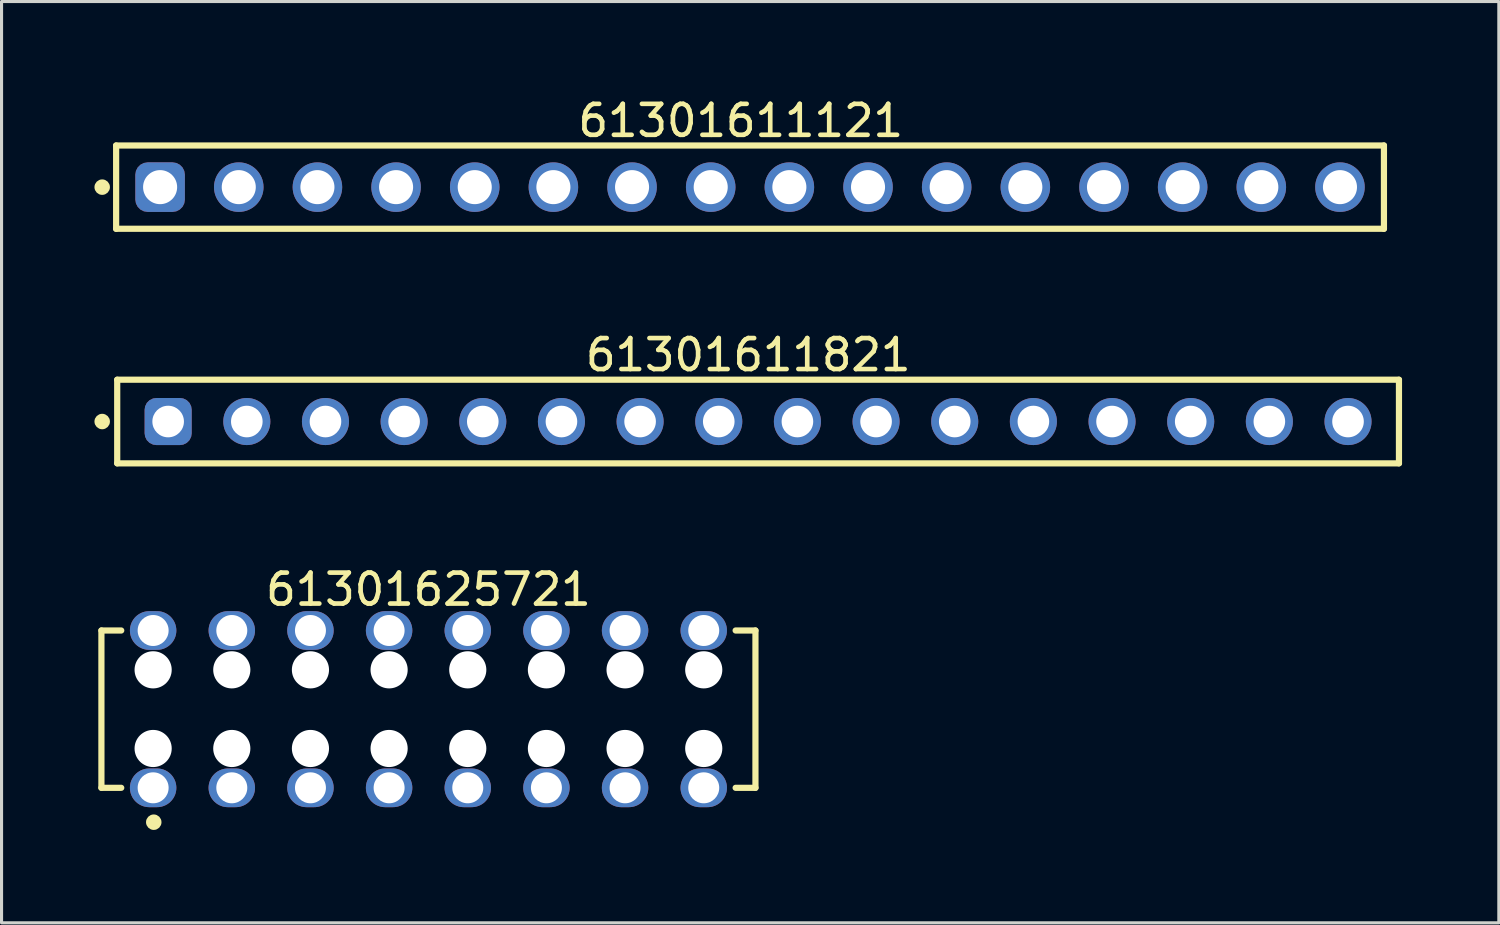
<source format=kicad_pcb>
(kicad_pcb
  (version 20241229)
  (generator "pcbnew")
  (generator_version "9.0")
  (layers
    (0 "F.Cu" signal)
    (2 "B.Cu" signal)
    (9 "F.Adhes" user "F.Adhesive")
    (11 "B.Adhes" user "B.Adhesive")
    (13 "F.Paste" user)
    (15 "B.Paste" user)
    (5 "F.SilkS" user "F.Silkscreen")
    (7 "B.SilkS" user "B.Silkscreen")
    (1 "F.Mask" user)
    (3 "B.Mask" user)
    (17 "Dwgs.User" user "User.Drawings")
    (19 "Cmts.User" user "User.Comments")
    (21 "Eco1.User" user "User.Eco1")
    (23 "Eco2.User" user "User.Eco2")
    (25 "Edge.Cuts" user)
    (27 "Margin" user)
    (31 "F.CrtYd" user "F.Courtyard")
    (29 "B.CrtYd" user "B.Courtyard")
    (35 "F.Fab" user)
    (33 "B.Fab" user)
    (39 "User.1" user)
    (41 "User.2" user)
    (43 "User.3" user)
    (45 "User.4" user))
  (footprint "61301611821"
    (layer "F.Cu")
    (at 21.43 10.562)
    (property "Reference" "61301611821" (at -0.318 -2.15 0) (layer "F.SilkS") (effects (font (size 1 1) (thickness 0.15))))
    (fp_line (start -20.695 -1.35) (end 20.695 -1.35) (stroke (width 0.2) (type solid)) (layer "F.SilkS"))
    (fp_line (start -20.695 1.35) (end -20.695 -1.35) (stroke (width 0.2) (type solid)) (layer "F.SilkS"))
    (fp_line (start -20.695 1.35) (end 20.695 1.35) (stroke (width 0.2) (type solid)) (layer "F.SilkS"))
    (fp_line (start 20.695 1.35) (end 20.695 -1.35) (stroke (width 0.2) (type solid)) (layer "F.SilkS"))
    (fp_circle (center -21.18 0) (end -21.18 -0.125) (stroke (width 0.25) (type solid)) (fill no) (layer "F.SilkS"))
    (fp_line (start -20.895 -1.55) (end 20.895 -1.55) (stroke (width 0.05) (type solid)) (layer "Eco2.User"))
    (fp_line (start -20.895 1.55) (end -20.895 -1.55) (stroke (width 0.05) (type solid)) (layer "Eco2.User"))
    (fp_line (start -20.895 1.55) (end 20.895 1.55) (stroke (width 0.05) (type solid)) (layer "Eco2.User"))
    (fp_line (start -20.57 -1.25) (end 20.57 -1.25) (stroke (width 0.1) (type solid)) (layer "Eco2.User"))
    (fp_line (start -20.57 1.25) (end -20.57 -1.25) (stroke (width 0.1) (type solid)) (layer "Eco2.User"))
    (fp_line (start -20.57 1.25) (end 20.57 1.25) (stroke (width 0.1) (type solid)) (layer "Eco2.User"))
    (fp_line (start -0.5 0) (end 0.5 0) (stroke (width 0.05) (type solid)) (layer "Eco2.User"))
    (fp_line (start 0 0.5) (end 0 -0.5) (stroke (width 0.05) (type solid)) (layer "Eco2.User"))
    (fp_line (start 20.57 1.25) (end 20.57 -1.25) (stroke (width 0.1) (type solid)) (layer "Eco2.User"))
    (fp_line (start 20.895 1.55) (end 20.895 -1.55) (stroke (width 0.05) (type solid)) (layer "Eco2.User"))
    (fp_text user "${REFERENCE}" (at 0.15 -0.197 0) (unlocked yes) (layer "User.3") (effects (font (size 1.5 1.5) (thickness 0.15))))
    (pad "1" thru_hole roundrect (at -19.05 0) (size 1.52 1.52) (drill 1.02) (layers "*.Cu" "*.Mask") (roundrect_rratio 0.25))
    (pad "2" thru_hole circle (at -16.51 0) (size 1.52 1.52) (drill 1.02) (layers "*.Cu" "*.Mask"))
    (pad "3" thru_hole circle (at -13.97 0) (size 1.52 1.52) (drill 1.02) (layers "*.Cu" "*.Mask"))
    (pad "4" thru_hole circle (at -11.43 0) (size 1.52 1.52) (drill 1.02) (layers "*.Cu" "*.Mask"))
    (pad "5" thru_hole circle (at -8.89 0) (size 1.52 1.52) (drill 1.02) (layers "*.Cu" "*.Mask"))
    (pad "6" thru_hole circle (at -6.35 0) (size 1.52 1.52) (drill 1.02) (layers "*.Cu" "*.Mask"))
    (pad "7" thru_hole circle (at -3.81 0) (size 1.52 1.52) (drill 1.02) (layers "*.Cu" "*.Mask"))
    (pad "8" thru_hole circle (at -1.27 0) (size 1.52 1.52) (drill 1.02) (layers "*.Cu" "*.Mask"))
    (pad "9" thru_hole circle (at 1.27 0) (size 1.52 1.52) (drill 1.02) (layers "*.Cu" "*.Mask"))
    (pad "10" thru_hole circle (at 3.81 0) (size 1.52 1.52) (drill 1.02) (layers "*.Cu" "*.Mask"))
    (pad "11" thru_hole circle (at 6.35 0) (size 1.52 1.52) (drill 1.02) (layers "*.Cu" "*.Mask"))
    (pad "12" thru_hole circle (at 8.89 0) (size 1.52 1.52) (drill 1.02) (layers "*.Cu" "*.Mask"))
    (pad "13" thru_hole circle (at 11.43 0) (size 1.52 1.52) (drill 1.02) (layers "*.Cu" "*.Mask"))
    (pad "14" thru_hole circle (at 13.97 0) (size 1.52 1.52) (drill 1.02) (layers "*.Cu" "*.Mask"))
    (pad "15" thru_hole circle (at 16.51 0) (size 1.52 1.52) (drill 1.02) (layers "*.Cu" "*.Mask"))
    (pad "16" thru_hole circle (at 19.05 0) (size 1.52 1.52) (drill 1.02) (layers "*.Cu" "*.Mask")))
  (footprint "61301625721"
    (layer "F.Cu")
    (at 10.785 19.85)
    (property "Reference" "61301625721" (at 0 -3.865 0) (layer "F.SilkS") (effects (font (size 1 1) (thickness 0.15))))
    (fp_line (start -10.56 -2.54) (end -9.92 -2.54) (stroke (width 0.2) (type solid)) (layer "F.SilkS"))
    (fp_line (start -10.56 2.54) (end -10.56 -2.54) (stroke (width 0.2) (type solid)) (layer "F.SilkS"))
    (fp_line (start -10.56 2.54) (end -9.92 2.54) (stroke (width 0.2) (type solid)) (layer "F.SilkS"))
    (fp_line (start 9.92 -2.54) (end 10.56 -2.54) (stroke (width 0.2) (type solid)) (layer "F.SilkS"))
    (fp_line (start 9.92 2.54) (end 10.56 2.54) (stroke (width 0.2) (type solid)) (layer "F.SilkS"))
    (fp_line (start 10.56 2.54) (end 10.56 -2.54) (stroke (width 0.2) (type solid)) (layer "F.SilkS"))
    (fp_circle (center -8.87 3.65) (end -8.87 3.525) (stroke (width 0.25) (type solid)) (fill no) (layer "F.SilkS"))
    (fp_line (start -10.76 -3.365) (end 10.76 -3.365) (stroke (width 0.05) (type solid)) (layer "Eco2.User"))
    (fp_line (start -10.76 3.365) (end -10.76 -3.365) (stroke (width 0.05) (type solid)) (layer "Eco2.User"))
    (fp_line (start -10.76 3.365) (end 10.76 3.365) (stroke (width 0.05) (type solid)) (layer "Eco2.User"))
    (fp_line (start -10.46 -2.54) (end 10.46 -2.54) (stroke (width 0.1) (type solid)) (layer "Eco2.User"))
    (fp_line (start -10.46 2.54) (end -10.46 -2.54) (stroke (width 0.1) (type solid)) (layer "Eco2.User"))
    (fp_line (start -10.46 2.54) (end 10.46 2.54) (stroke (width 0.1) (type solid)) (layer "Eco2.User"))
    (fp_line (start -0.5 0) (end 0.5 0) (stroke (width 0.05) (type solid)) (layer "Eco2.User"))
    (fp_line (start 0 0.5) (end 0 -0.5) (stroke (width 0.05) (type solid)) (layer "Eco2.User"))
    (fp_line (start 10.46 2.54) (end 10.46 -2.54) (stroke (width 0.1) (type solid)) (layer "Eco2.User"))
    (fp_line (start 10.76 3.365) (end 10.76 -3.365) (stroke (width 0.05) (type solid)) (layer "Eco2.User"))
    (fp_text user "${REFERENCE}" (at 0.15 -0.197 0) (unlocked yes) (layer "User.3") (effects (font (size 1.5 1.5) (thickness 0.15))))
    (pad "" np_thru_hole circle (at -8.89 -1.27) (size 1.2 1.2) (drill 1.2) (layers "*.Cu" "*.Mask"))
    (pad "" np_thru_hole circle (at -8.89 1.27) (size 1.2 1.2) (drill 1.2) (layers "*.Cu" "*.Mask"))
    (pad "" np_thru_hole circle (at -6.35 -1.27) (size 1.2 1.2) (drill 1.2) (layers "*.Cu" "*.Mask"))
    (pad "" np_thru_hole circle (at -6.35 1.27) (size 1.2 1.2) (drill 1.2) (layers "*.Cu" "*.Mask"))
    (pad "" np_thru_hole circle (at -3.81 -1.27) (size 1.2 1.2) (drill 1.2) (layers "*.Cu" "*.Mask"))
    (pad "" np_thru_hole circle (at -3.81 1.27) (size 1.2 1.2) (drill 1.2) (layers "*.Cu" "*.Mask"))
    (pad "" np_thru_hole circle (at -1.27 -1.27) (size 1.2 1.2) (drill 1.2) (layers "*.Cu" "*.Mask"))
    (pad "" np_thru_hole circle (at -1.27 1.27) (size 1.2 1.2) (drill 1.2) (layers "*.Cu" "*.Mask"))
    (pad "" np_thru_hole circle (at 1.27 -1.27) (size 1.2 1.2) (drill 1.2) (layers "*.Cu" "*.Mask"))
    (pad "" np_thru_hole circle (at 1.27 1.27) (size 1.2 1.2) (drill 1.2) (layers "*.Cu" "*.Mask"))
    (pad "" np_thru_hole circle (at 3.81 -1.27) (size 1.2 1.2) (drill 1.2) (layers "*.Cu" "*.Mask"))
    (pad "" np_thru_hole circle (at 3.81 1.27) (size 1.2 1.2) (drill 1.2) (layers "*.Cu" "*.Mask"))
    (pad "" np_thru_hole circle (at 6.35 -1.27) (size 1.2 1.2) (drill 1.2) (layers "*.Cu" "*.Mask"))
    (pad "" np_thru_hole circle (at 6.35 1.27) (size 1.2 1.2) (drill 1.2) (layers "*.Cu" "*.Mask"))
    (pad "" np_thru_hole circle (at 8.89 -1.27) (size 1.2 1.2) (drill 1.2) (layers "*.Cu" "*.Mask"))
    (pad "" np_thru_hole circle (at 8.89 1.27) (size 1.2 1.2) (drill 1.2) (layers "*.Cu" "*.Mask"))
    (pad "1" thru_hole oval (at -8.89 2.54) (size 1.5 1.25) (drill 1) (layers "*.Cu" "*.Mask"))
    (pad "2" thru_hole oval (at -8.89 -2.54) (size 1.5 1.25) (drill 1) (layers "*.Cu" "*.Mask"))
    (pad "3" thru_hole oval (at -6.35 2.54) (size 1.5 1.25) (drill 1) (layers "*.Cu" "*.Mask"))
    (pad "4" thru_hole oval (at -6.35 -2.54) (size 1.5 1.25) (drill 1) (layers "*.Cu" "*.Mask"))
    (pad "5" thru_hole oval (at -3.81 2.54) (size 1.5 1.25) (drill 1) (layers "*.Cu" "*.Mask"))
    (pad "6" thru_hole oval (at -3.81 -2.54) (size 1.5 1.25) (drill 1) (layers "*.Cu" "*.Mask"))
    (pad "7" thru_hole oval (at -1.27 2.54) (size 1.5 1.25) (drill 1) (layers "*.Cu" "*.Mask"))
    (pad "8" thru_hole oval (at -1.27 -2.54) (size 1.5 1.25) (drill 1) (layers "*.Cu" "*.Mask"))
    (pad "9" thru_hole oval (at 1.27 2.54) (size 1.5 1.25) (drill 1) (layers "*.Cu" "*.Mask"))
    (pad "10" thru_hole oval (at 1.27 -2.54) (size 1.5 1.25) (drill 1) (layers "*.Cu" "*.Mask"))
    (pad "11" thru_hole oval (at 3.81 2.54) (size 1.5 1.25) (drill 1) (layers "*.Cu" "*.Mask"))
    (pad "12" thru_hole oval (at 3.81 -2.54) (size 1.5 1.25) (drill 1) (layers "*.Cu" "*.Mask"))
    (pad "13" thru_hole oval (at 6.35 2.54) (size 1.5 1.25) (drill 1) (layers "*.Cu" "*.Mask"))
    (pad "14" thru_hole oval (at 6.35 -2.54) (size 1.5 1.25) (drill 1) (layers "*.Cu" "*.Mask"))
    (pad "15" thru_hole oval (at 8.89 2.54) (size 1.5 1.25) (drill 1) (layers "*.Cu" "*.Mask"))
    (pad "16" thru_hole oval (at 8.89 -2.54) (size 1.5 1.25) (drill 1) (layers "*.Cu" "*.Mask")))
  (footprint "61301611121"
    (layer "F.Cu")
    (at 21.17 2.993)
    (property "Reference" "61301611121" (at -0.3 -2.145 0) (layer "F.SilkS") (effects (font (size 1 1) (thickness 0.15))))
    (fp_line (start -20.47 -1.345) (end 20.47 -1.345) (stroke (width 0.2) (type solid)) (layer "F.SilkS"))
    (fp_line (start -20.47 1.345) (end -20.47 -1.345) (stroke (width 0.2) (type solid)) (layer "F.SilkS"))
    (fp_line (start -20.47 1.345) (end 20.47 1.345) (stroke (width 0.2) (type solid)) (layer "F.SilkS"))
    (fp_line (start 20.47 1.345) (end 20.47 -1.345) (stroke (width 0.2) (type solid)) (layer "F.SilkS"))
    (fp_circle (center -20.92 0) (end -20.92 -0.125) (stroke (width 0.25) (type solid)) (fill no) (layer "F.SilkS"))
    (fp_line (start -20.67 -1.545) (end 20.67 -1.545) (stroke (width 0.05) (type solid)) (layer "Eco2.User"))
    (fp_line (start -20.67 1.545) (end -20.67 -1.545) (stroke (width 0.05) (type solid)) (layer "Eco2.User"))
    (fp_line (start -20.67 1.545) (end 20.67 1.545) (stroke (width 0.05) (type solid)) (layer "Eco2.User"))
    (fp_line (start -20.32 -1.27) (end 20.32 -1.27) (stroke (width 0.1) (type solid)) (layer "Eco2.User"))
    (fp_line (start -20.32 1.27) (end -20.32 -1.27) (stroke (width 0.1) (type solid)) (layer "Eco2.User"))
    (fp_line (start -20.32 1.27) (end 20.32 1.27) (stroke (width 0.1) (type solid)) (layer "Eco2.User"))
    (fp_line (start -0.5 0) (end 0.5 0) (stroke (width 0.05) (type solid)) (layer "Eco2.User"))
    (fp_line (start 0 0.5) (end 0 -0.5) (stroke (width 0.05) (type solid)) (layer "Eco2.User"))
    (fp_line (start 20.32 1.27) (end 20.32 -1.27) (stroke (width 0.1) (type solid)) (layer "Eco2.User"))
    (fp_line (start 20.67 1.545) (end 20.67 -1.545) (stroke (width 0.05) (type solid)) (layer "Eco2.User"))
    (fp_text user "${REFERENCE}" (at 0.15 -0.197 0) (unlocked yes) (layer "User.3") (effects (font (size 1.5 1.5) (thickness 0.15))))
    (pad "1" thru_hole roundrect (at -19.05 0) (size 1.6 1.6) (drill 1.1) (layers "*.Cu" "*.Mask") (roundrect_rratio 0.25))
    (pad "2" thru_hole circle (at -16.51 0) (size 1.6 1.6) (drill 1.1) (layers "*.Cu" "*.Mask"))
    (pad "3" thru_hole circle (at -13.97 0) (size 1.6 1.6) (drill 1.1) (layers "*.Cu" "*.Mask"))
    (pad "4" thru_hole circle (at -11.43 0) (size 1.6 1.6) (drill 1.1) (layers "*.Cu" "*.Mask"))
    (pad "5" thru_hole circle (at -8.89 0) (size 1.6 1.6) (drill 1.1) (layers "*.Cu" "*.Mask"))
    (pad "6" thru_hole circle (at -6.35 0) (size 1.6 1.6) (drill 1.1) (layers "*.Cu" "*.Mask"))
    (pad "7" thru_hole circle (at -3.81 0) (size 1.6 1.6) (drill 1.1) (layers "*.Cu" "*.Mask"))
    (pad "8" thru_hole circle (at -1.27 0) (size 1.6 1.6) (drill 1.1) (layers "*.Cu" "*.Mask"))
    (pad "9" thru_hole circle (at 1.27 0) (size 1.6 1.6) (drill 1.1) (layers "*.Cu" "*.Mask"))
    (pad "10" thru_hole circle (at 3.81 0) (size 1.6 1.6) (drill 1.1) (layers "*.Cu" "*.Mask"))
    (pad "11" thru_hole circle (at 6.35 0) (size 1.6 1.6) (drill 1.1) (layers "*.Cu" "*.Mask"))
    (pad "12" thru_hole circle (at 8.89 0) (size 1.6 1.6) (drill 1.1) (layers "*.Cu" "*.Mask"))
    (pad "13" thru_hole circle (at 11.43 0) (size 1.6 1.6) (drill 1.1) (layers "*.Cu" "*.Mask"))
    (pad "14" thru_hole circle (at 13.97 0) (size 1.6 1.6) (drill 1.1) (layers "*.Cu" "*.Mask"))
    (pad "15" thru_hole circle (at 16.51 0) (size 1.6 1.6) (drill 1.1) (layers "*.Cu" "*.Mask"))
    (pad "16" thru_hole circle (at 19.05 0) (size 1.6 1.6) (drill 1.1) (layers "*.Cu" "*.Mask")))
  (gr_rect
    (start -3 -3)
    (end 45.35 26.75)
    (stroke (width 0.1) (type default))
    (fill no)
    (layer "Edge.Cuts")))
</source>
